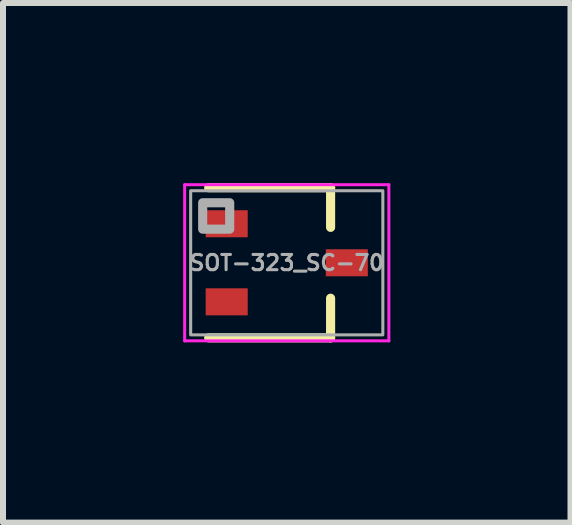
<source format=kicad_pcb>
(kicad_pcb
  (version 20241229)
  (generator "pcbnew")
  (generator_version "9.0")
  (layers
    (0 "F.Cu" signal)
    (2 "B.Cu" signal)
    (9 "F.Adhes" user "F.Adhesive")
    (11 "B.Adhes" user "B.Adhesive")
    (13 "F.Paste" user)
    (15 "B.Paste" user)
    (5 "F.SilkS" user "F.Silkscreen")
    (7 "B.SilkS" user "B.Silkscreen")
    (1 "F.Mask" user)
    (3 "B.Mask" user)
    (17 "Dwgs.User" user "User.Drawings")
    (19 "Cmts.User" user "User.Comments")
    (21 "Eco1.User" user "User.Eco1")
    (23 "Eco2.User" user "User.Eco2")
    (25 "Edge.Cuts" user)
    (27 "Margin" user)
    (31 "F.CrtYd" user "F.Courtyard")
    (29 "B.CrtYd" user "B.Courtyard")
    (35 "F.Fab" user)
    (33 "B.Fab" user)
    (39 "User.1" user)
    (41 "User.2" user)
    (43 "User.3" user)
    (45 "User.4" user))
  (footprint "SOT-323_SC-70"
    (layer "F.Cu")
    (at 1.725 1.326)
    (property "Reference" "SOT-323_SC-70" (at 0 0 0) (layer "F.Fab") (effects (font (size 0.254 0.254) (thickness 0.051))))
    (attr smd)
    (fp_line (start -1.3 1.25) (end 0.73 1.25) (stroke (width 0.152) (type solid)) (layer "F.SilkS"))
    (fp_line (start 0.73 -1.25) (end -1.3 -1.25) (stroke (width 0.152) (type solid)) (layer "F.SilkS"))
    (fp_line (start 0.73 -1.25) (end 0.73 -0.59) (stroke (width 0.152) (type solid)) (layer "F.SilkS"))
    (fp_line (start 0.73 0.59) (end 0.73 1.25) (stroke (width 0.152) (type solid)) (layer "F.SilkS"))
    (fp_line (start -1.7 -1.3) (end 1.7 -1.3) (stroke (width 0.05) (type solid)) (layer "F.CrtYd"))
    (fp_line (start -1.7 1.3) (end -1.7 -1.3) (stroke (width 0.05) (type solid)) (layer "F.CrtYd"))
    (fp_line (start 1.7 -1.3) (end 1.7 1.3) (stroke (width 0.05) (type solid)) (layer "F.CrtYd"))
    (fp_line (start 1.7 1.3) (end -1.7 1.3) (stroke (width 0.05) (type solid)) (layer "F.CrtYd"))
    (fp_rect (start -1.6 -1.2) (end 1.6 1.2) (stroke (width 0.051) (type solid)) (fill no) (layer "F.Fab"))
    (fp_rect (start -1.4 -0.56) (end -0.95 -1) (stroke (width 0.152) (type solid)) (fill no) (layer "F.Fab"))
    (pad "1" smd rect (at -1 -0.65 270) (size 0.45 0.7) (layers "F.Cu" "F.Mask" "F.Paste"))
    (pad "2" smd rect (at -1 0.65 270) (size 0.45 0.7) (layers "F.Cu" "F.Mask" "F.Paste"))
    (pad "3" smd rect (at 1 0 270) (size 0.45 0.7) (layers "F.Cu" "F.Mask" "F.Paste")))
  (gr_rect
    (start -3 -3)
    (end 6.45 5.652)
    (stroke (width 0.1) (type default))
    (fill no)
    (layer "Edge.Cuts")))
</source>
